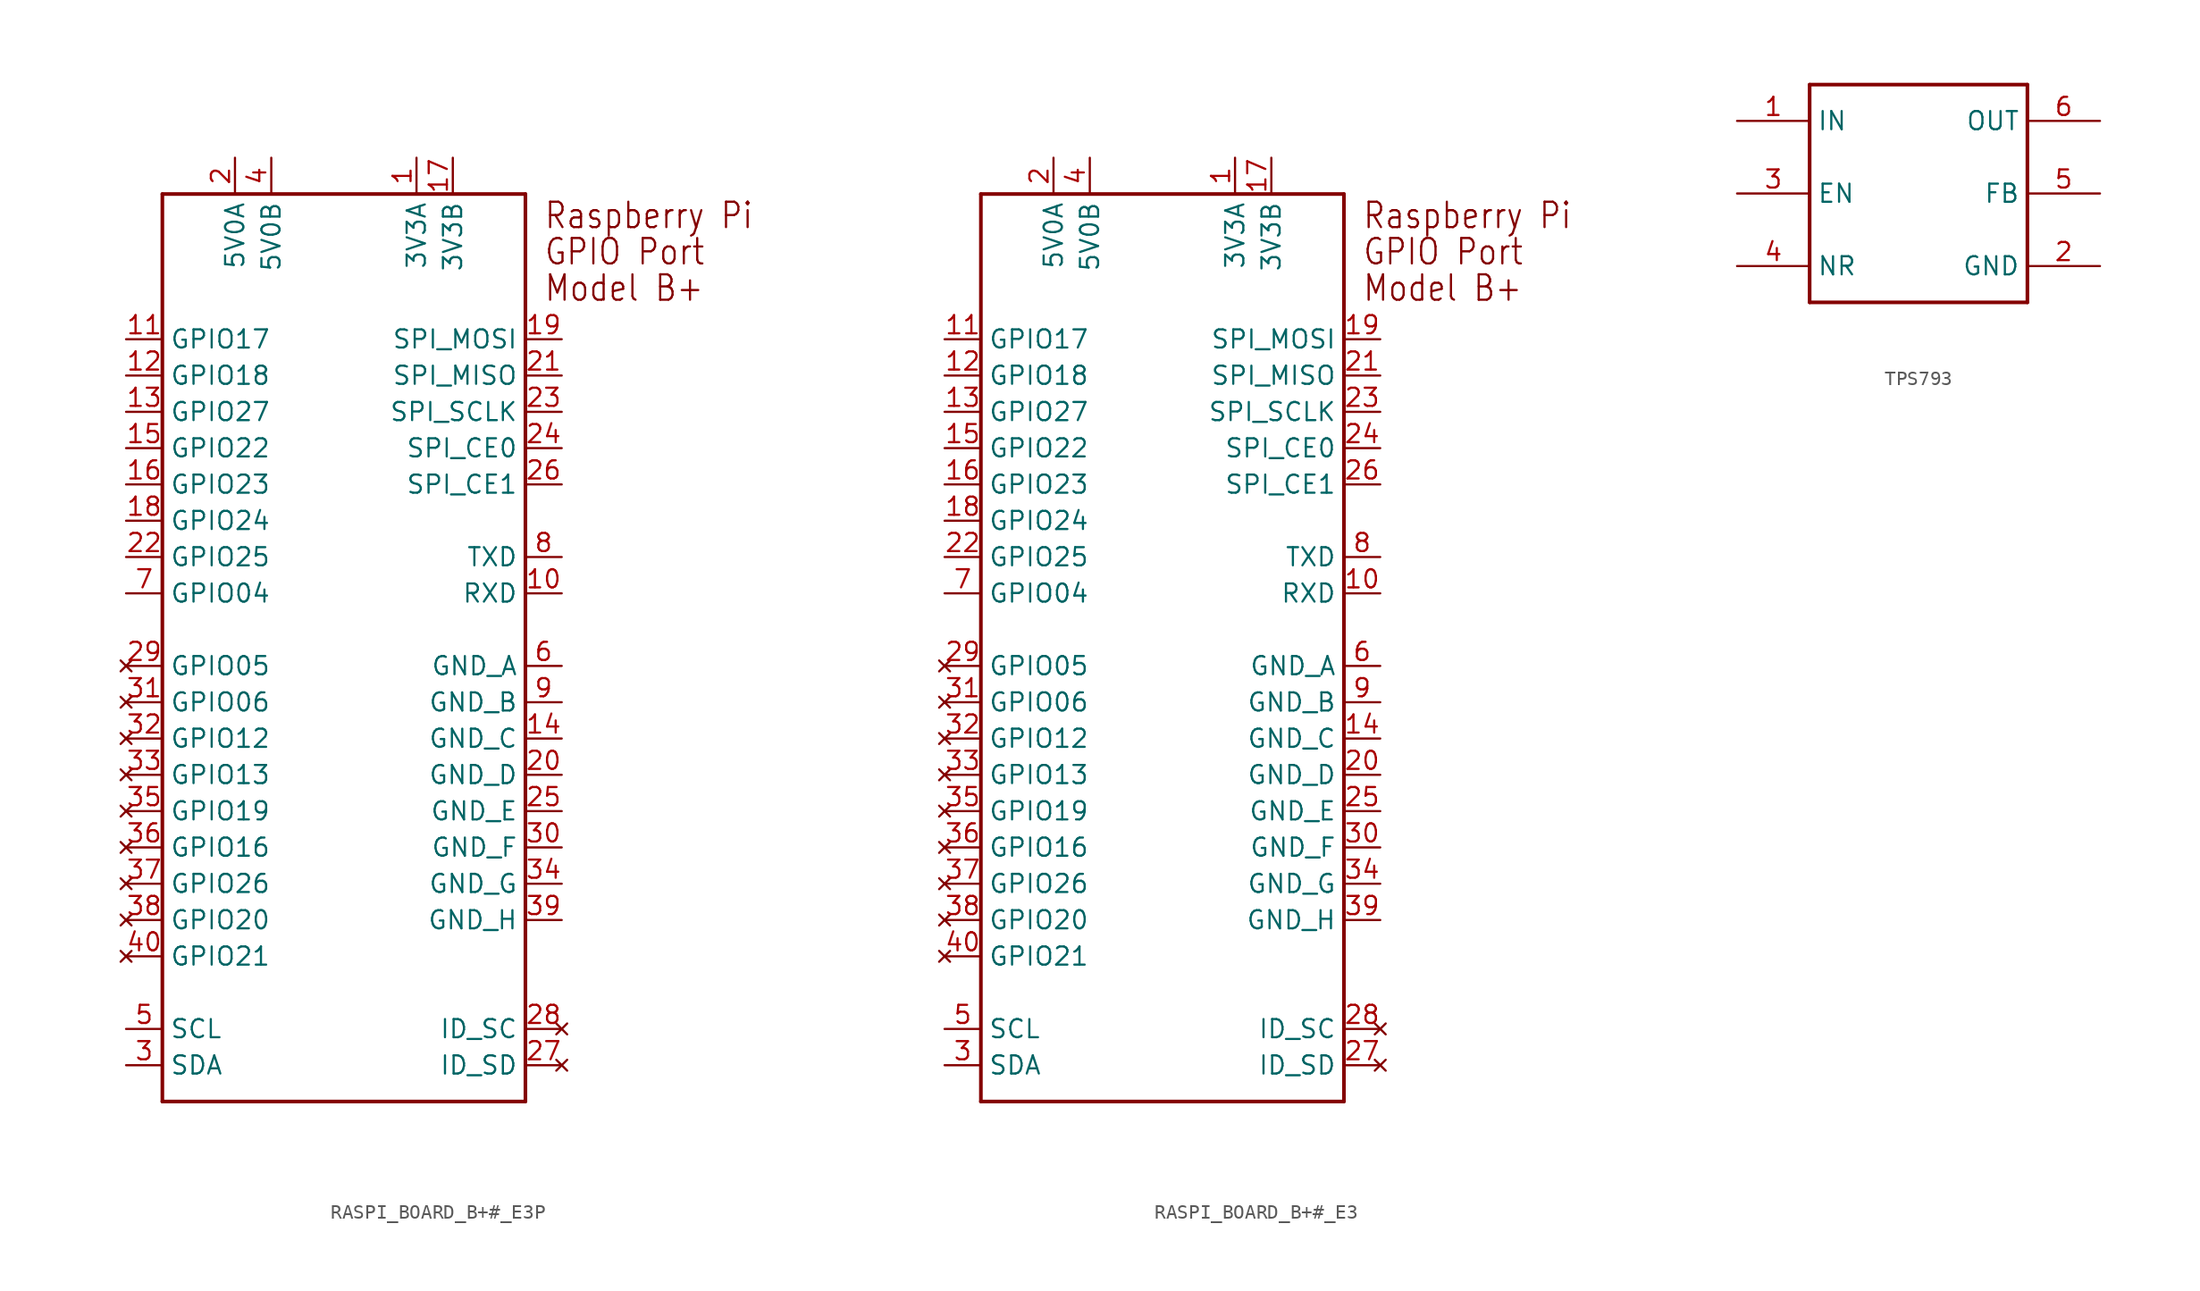
<source format=kicad_sym>
(kicad_symbol_lib
  (version 20231120)
  (generator "kicad_symbol_editor")
  (generator_version "8.0")
  (symbol "RASPI_BOARD_B+#_E3P"
    (property "Reference" "X"
      (at 0 0 0)
      (effects (font (size 1.27 1.27)) (hide yes)))
    (property "ki_locked" ""
      (at 0 0 0)
      (effects (font (size 1.27 1.27))))
    (symbol "RASPI_BOARD_B+#_E3P_1_0"
      (polyline (pts (xy -12.7 -38.1) (xy -12.7 25.4)) (stroke (width 0.254) (type solid)) (fill (type none)))
      (polyline (pts (xy -12.7 25.4) (xy 12.7 25.4)) (stroke (width 0.254) (type solid)) (fill (type none)))
      (polyline (pts (xy 12.7 -38.1) (xy -12.7 -38.1)) (stroke (width 0.254) (type solid)) (fill (type none)))
      (polyline (pts (xy 12.7 25.4) (xy 12.7 -38.1)) (stroke (width 0.254) (type solid)) (fill (type none)))
      (text "GPIO Port" (at 13.97 20.32 0) (effects (font (size 1.778 1.511)) (justify left bottom)))
      (text "Model B+" (at 13.97 17.78 0) (effects (font (size 1.778 1.511)) (justify left bottom)))
      (text "Raspberry Pi" (at 13.97 22.86 0) (effects (font (size 1.778 1.511)) (justify left bottom)))
      (pin power_in line (at 5.08 27.94 270) (length 2.54) (name "3V3A" (effects (font (size 1.27 1.27)))) (number "1" (effects (font (size 1.27 1.27)))))
      (pin bidirectional line (at 15.24 -2.54 180) (length 2.54) (name "RXD" (effects (font (size 1.27 1.27)))) (number "10" (effects (font (size 1.27 1.27)))))
      (pin bidirectional line (at -15.24 15.24 0) (length 2.54) (name "GPIO17" (effects (font (size 1.27 1.27)))) (number "11" (effects (font (size 1.27 1.27)))))
      (pin bidirectional line (at -15.24 12.7 0) (length 2.54) (name "GPIO18" (effects (font (size 1.27 1.27)))) (number "12" (effects (font (size 1.27 1.27)))))
      (pin bidirectional line (at -15.24 10.16 0) (length 2.54) (name "GPIO27" (effects (font (size 1.27 1.27)))) (number "13" (effects (font (size 1.27 1.27)))))
      (pin power_in line (at 15.24 -12.7 180) (length 2.54) (name "GND_C" (effects (font (size 1.27 1.27)))) (number "14" (effects (font (size 1.27 1.27)))))
      (pin bidirectional line (at -15.24 7.62 0) (length 2.54) (name "GPIO22" (effects (font (size 1.27 1.27)))) (number "15" (effects (font (size 1.27 1.27)))))
      (pin bidirectional line (at -15.24 5.08 0) (length 2.54) (name "GPIO23" (effects (font (size 1.27 1.27)))) (number "16" (effects (font (size 1.27 1.27)))))
      (pin power_in line (at 7.62 27.94 270) (length 2.54) (name "3V3B" (effects (font (size 1.27 1.27)))) (number "17" (effects (font (size 1.27 1.27)))))
      (pin bidirectional line (at -15.24 2.54 0) (length 2.54) (name "GPIO24" (effects (font (size 1.27 1.27)))) (number "18" (effects (font (size 1.27 1.27)))))
      (pin bidirectional line (at 15.24 15.24 180) (length 2.54) (name "SPI_MOSI" (effects (font (size 1.27 1.27)))) (number "19" (effects (font (size 1.27 1.27)))))
      (pin power_in line (at -7.62 27.94 270) (length 2.54) (name "5V0A" (effects (font (size 1.27 1.27)))) (number "2" (effects (font (size 1.27 1.27)))))
      (pin power_in line (at 15.24 -15.24 180) (length 2.54) (name "GND_D" (effects (font (size 1.27 1.27)))) (number "20" (effects (font (size 1.27 1.27)))))
      (pin bidirectional line (at 15.24 12.7 180) (length 2.54) (name "SPI_MISO" (effects (font (size 1.27 1.27)))) (number "21" (effects (font (size 1.27 1.27)))))
      (pin bidirectional line (at -15.24 0 0) (length 2.54) (name "GPIO25" (effects (font (size 1.27 1.27)))) (number "22" (effects (font (size 1.27 1.27)))))
      (pin bidirectional line (at 15.24 10.16 180) (length 2.54) (name "SPI_SCLK" (effects (font (size 1.27 1.27)))) (number "23" (effects (font (size 1.27 1.27)))))
      (pin bidirectional line (at 15.24 7.62 180) (length 2.54) (name "SPI_CE0" (effects (font (size 1.27 1.27)))) (number "24" (effects (font (size 1.27 1.27)))))
      (pin power_in line (at 15.24 -17.78 180) (length 2.54) (name "GND_E" (effects (font (size 1.27 1.27)))) (number "25" (effects (font (size 1.27 1.27)))))
      (pin bidirectional line (at 15.24 5.08 180) (length 2.54) (name "SPI_CE1" (effects (font (size 1.27 1.27)))) (number "26" (effects (font (size 1.27 1.27)))))
      (pin no_connect line (at 15.24 -35.56 180) (length 2.54) (name "ID_SD" (effects (font (size 1.27 1.27)))) (number "27" (effects (font (size 1.27 1.27)))))
      (pin no_connect line (at 15.24 -33.02 180) (length 2.54) (name "ID_SC" (effects (font (size 1.27 1.27)))) (number "28" (effects (font (size 1.27 1.27)))))
      (pin no_connect line (at -15.24 -7.62 0) (length 2.54) (name "GPIO05" (effects (font (size 1.27 1.27)))) (number "29" (effects (font (size 1.27 1.27)))))
      (pin bidirectional line (at -15.24 -35.56 0) (length 2.54) (name "SDA" (effects (font (size 1.27 1.27)))) (number "3" (effects (font (size 1.27 1.27)))))
      (pin power_in line (at 15.24 -20.32 180) (length 2.54) (name "GND_F" (effects (font (size 1.27 1.27)))) (number "30" (effects (font (size 1.27 1.27)))))
      (pin no_connect line (at -15.24 -10.16 0) (length 2.54) (name "GPIO06" (effects (font (size 1.27 1.27)))) (number "31" (effects (font (size 1.27 1.27)))))
      (pin no_connect line (at -15.24 -12.7 0) (length 2.54) (name "GPIO12" (effects (font (size 1.27 1.27)))) (number "32" (effects (font (size 1.27 1.27)))))
      (pin no_connect line (at -15.24 -15.24 0) (length 2.54) (name "GPIO13" (effects (font (size 1.27 1.27)))) (number "33" (effects (font (size 1.27 1.27)))))
      (pin power_in line (at 15.24 -22.86 180) (length 2.54) (name "GND_G" (effects (font (size 1.27 1.27)))) (number "34" (effects (font (size 1.27 1.27)))))
      (pin no_connect line (at -15.24 -17.78 0) (length 2.54) (name "GPIO19" (effects (font (size 1.27 1.27)))) (number "35" (effects (font (size 1.27 1.27)))))
      (pin no_connect line (at -15.24 -20.32 0) (length 2.54) (name "GPIO16" (effects (font (size 1.27 1.27)))) (number "36" (effects (font (size 1.27 1.27)))))
      (pin no_connect line (at -15.24 -22.86 0) (length 2.54) (name "GPIO26" (effects (font (size 1.27 1.27)))) (number "37" (effects (font (size 1.27 1.27)))))
      (pin no_connect line (at -15.24 -25.4 0) (length 2.54) (name "GPIO20" (effects (font (size 1.27 1.27)))) (number "38" (effects (font (size 1.27 1.27)))))
      (pin power_in line (at 15.24 -25.4 180) (length 2.54) (name "GND_H" (effects (font (size 1.27 1.27)))) (number "39" (effects (font (size 1.27 1.27)))))
      (pin power_in line (at -5.08 27.94 270) (length 2.54) (name "5V0B" (effects (font (size 1.27 1.27)))) (number "4" (effects (font (size 1.27 1.27)))))
      (pin no_connect line (at -15.24 -27.94 0) (length 2.54) (name "GPIO21" (effects (font (size 1.27 1.27)))) (number "40" (effects (font (size 1.27 1.27)))))
      (pin bidirectional line (at -15.24 -33.02 0) (length 2.54) (name "SCL" (effects (font (size 1.27 1.27)))) (number "5" (effects (font (size 1.27 1.27)))))
      (pin power_in line (at 15.24 -7.62 180) (length 2.54) (name "GND_A" (effects (font (size 1.27 1.27)))) (number "6" (effects (font (size 1.27 1.27)))))
      (pin bidirectional line (at -15.24 -2.54 0) (length 2.54) (name "GPIO04" (effects (font (size 1.27 1.27)))) (number "7" (effects (font (size 1.27 1.27)))))
      (pin bidirectional line (at 15.24 0 180) (length 2.54) (name "TXD" (effects (font (size 1.27 1.27)))) (number "8" (effects (font (size 1.27 1.27)))))
      (pin power_in line (at 15.24 -10.16 180) (length 2.54) (name "GND_B" (effects (font (size 1.27 1.27)))) (number "9" (effects (font (size 1.27 1.27)))))))
  (symbol "RASPI_BOARD_B+#_E3"
    (property "Reference" "X"
      (at 0 0 0)
      (effects (font (size 1.27 1.27)) (hide yes)))
    (property "ki_locked" ""
      (at 0 0 0)
      (effects (font (size 1.27 1.27))))
    (symbol "RASPI_BOARD_B+#_E3_1_0"
      (polyline (pts (xy -12.7 -38.1) (xy -12.7 25.4)) (stroke (width 0.254) (type solid)) (fill (type none)))
      (polyline (pts (xy -12.7 25.4) (xy 12.7 25.4)) (stroke (width 0.254) (type solid)) (fill (type none)))
      (polyline (pts (xy 12.7 -38.1) (xy -12.7 -38.1)) (stroke (width 0.254) (type solid)) (fill (type none)))
      (polyline (pts (xy 12.7 25.4) (xy 12.7 -38.1)) (stroke (width 0.254) (type solid)) (fill (type none)))
      (text "GPIO Port" (at 13.97 20.32 0) (effects (font (size 1.778 1.511)) (justify left bottom)))
      (text "Model B+" (at 13.97 17.78 0) (effects (font (size 1.778 1.511)) (justify left bottom)))
      (text "Raspberry Pi" (at 13.97 22.86 0) (effects (font (size 1.778 1.511)) (justify left bottom)))
      (pin power_in line (at 5.08 27.94 270) (length 2.54) (name "3V3A" (effects (font (size 1.27 1.27)))) (number "1" (effects (font (size 1.27 1.27)))))
      (pin bidirectional line (at 15.24 -2.54 180) (length 2.54) (name "RXD" (effects (font (size 1.27 1.27)))) (number "10" (effects (font (size 1.27 1.27)))))
      (pin bidirectional line (at -15.24 15.24 0) (length 2.54) (name "GPIO17" (effects (font (size 1.27 1.27)))) (number "11" (effects (font (size 1.27 1.27)))))
      (pin bidirectional line (at -15.24 12.7 0) (length 2.54) (name "GPIO18" (effects (font (size 1.27 1.27)))) (number "12" (effects (font (size 1.27 1.27)))))
      (pin bidirectional line (at -15.24 10.16 0) (length 2.54) (name "GPIO27" (effects (font (size 1.27 1.27)))) (number "13" (effects (font (size 1.27 1.27)))))
      (pin power_in line (at 15.24 -12.7 180) (length 2.54) (name "GND_C" (effects (font (size 1.27 1.27)))) (number "14" (effects (font (size 1.27 1.27)))))
      (pin bidirectional line (at -15.24 7.62 0) (length 2.54) (name "GPIO22" (effects (font (size 1.27 1.27)))) (number "15" (effects (font (size 1.27 1.27)))))
      (pin bidirectional line (at -15.24 5.08 0) (length 2.54) (name "GPIO23" (effects (font (size 1.27 1.27)))) (number "16" (effects (font (size 1.27 1.27)))))
      (pin power_in line (at 7.62 27.94 270) (length 2.54) (name "3V3B" (effects (font (size 1.27 1.27)))) (number "17" (effects (font (size 1.27 1.27)))))
      (pin bidirectional line (at -15.24 2.54 0) (length 2.54) (name "GPIO24" (effects (font (size 1.27 1.27)))) (number "18" (effects (font (size 1.27 1.27)))))
      (pin bidirectional line (at 15.24 15.24 180) (length 2.54) (name "SPI_MOSI" (effects (font (size 1.27 1.27)))) (number "19" (effects (font (size 1.27 1.27)))))
      (pin power_in line (at -7.62 27.94 270) (length 2.54) (name "5V0A" (effects (font (size 1.27 1.27)))) (number "2" (effects (font (size 1.27 1.27)))))
      (pin power_in line (at 15.24 -15.24 180) (length 2.54) (name "GND_D" (effects (font (size 1.27 1.27)))) (number "20" (effects (font (size 1.27 1.27)))))
      (pin bidirectional line (at 15.24 12.7 180) (length 2.54) (name "SPI_MISO" (effects (font (size 1.27 1.27)))) (number "21" (effects (font (size 1.27 1.27)))))
      (pin bidirectional line (at -15.24 0 0) (length 2.54) (name "GPIO25" (effects (font (size 1.27 1.27)))) (number "22" (effects (font (size 1.27 1.27)))))
      (pin bidirectional line (at 15.24 10.16 180) (length 2.54) (name "SPI_SCLK" (effects (font (size 1.27 1.27)))) (number "23" (effects (font (size 1.27 1.27)))))
      (pin bidirectional line (at 15.24 7.62 180) (length 2.54) (name "SPI_CE0" (effects (font (size 1.27 1.27)))) (number "24" (effects (font (size 1.27 1.27)))))
      (pin power_in line (at 15.24 -17.78 180) (length 2.54) (name "GND_E" (effects (font (size 1.27 1.27)))) (number "25" (effects (font (size 1.27 1.27)))))
      (pin bidirectional line (at 15.24 5.08 180) (length 2.54) (name "SPI_CE1" (effects (font (size 1.27 1.27)))) (number "26" (effects (font (size 1.27 1.27)))))
      (pin no_connect line (at 15.24 -35.56 180) (length 2.54) (name "ID_SD" (effects (font (size 1.27 1.27)))) (number "27" (effects (font (size 1.27 1.27)))))
      (pin no_connect line (at 15.24 -33.02 180) (length 2.54) (name "ID_SC" (effects (font (size 1.27 1.27)))) (number "28" (effects (font (size 1.27 1.27)))))
      (pin no_connect line (at -15.24 -7.62 0) (length 2.54) (name "GPIO05" (effects (font (size 1.27 1.27)))) (number "29" (effects (font (size 1.27 1.27)))))
      (pin bidirectional line (at -15.24 -35.56 0) (length 2.54) (name "SDA" (effects (font (size 1.27 1.27)))) (number "3" (effects (font (size 1.27 1.27)))))
      (pin power_in line (at 15.24 -20.32 180) (length 2.54) (name "GND_F" (effects (font (size 1.27 1.27)))) (number "30" (effects (font (size 1.27 1.27)))))
      (pin no_connect line (at -15.24 -10.16 0) (length 2.54) (name "GPIO06" (effects (font (size 1.27 1.27)))) (number "31" (effects (font (size 1.27 1.27)))))
      (pin no_connect line (at -15.24 -12.7 0) (length 2.54) (name "GPIO12" (effects (font (size 1.27 1.27)))) (number "32" (effects (font (size 1.27 1.27)))))
      (pin no_connect line (at -15.24 -15.24 0) (length 2.54) (name "GPIO13" (effects (font (size 1.27 1.27)))) (number "33" (effects (font (size 1.27 1.27)))))
      (pin power_in line (at 15.24 -22.86 180) (length 2.54) (name "GND_G" (effects (font (size 1.27 1.27)))) (number "34" (effects (font (size 1.27 1.27)))))
      (pin no_connect line (at -15.24 -17.78 0) (length 2.54) (name "GPIO19" (effects (font (size 1.27 1.27)))) (number "35" (effects (font (size 1.27 1.27)))))
      (pin no_connect line (at -15.24 -20.32 0) (length 2.54) (name "GPIO16" (effects (font (size 1.27 1.27)))) (number "36" (effects (font (size 1.27 1.27)))))
      (pin no_connect line (at -15.24 -22.86 0) (length 2.54) (name "GPIO26" (effects (font (size 1.27 1.27)))) (number "37" (effects (font (size 1.27 1.27)))))
      (pin no_connect line (at -15.24 -25.4 0) (length 2.54) (name "GPIO20" (effects (font (size 1.27 1.27)))) (number "38" (effects (font (size 1.27 1.27)))))
      (pin power_in line (at 15.24 -25.4 180) (length 2.54) (name "GND_H" (effects (font (size 1.27 1.27)))) (number "39" (effects (font (size 1.27 1.27)))))
      (pin power_in line (at -5.08 27.94 270) (length 2.54) (name "5V0B" (effects (font (size 1.27 1.27)))) (number "4" (effects (font (size 1.27 1.27)))))
      (pin no_connect line (at -15.24 -27.94 0) (length 2.54) (name "GPIO21" (effects (font (size 1.27 1.27)))) (number "40" (effects (font (size 1.27 1.27)))))
      (pin bidirectional line (at -15.24 -33.02 0) (length 2.54) (name "SCL" (effects (font (size 1.27 1.27)))) (number "5" (effects (font (size 1.27 1.27)))))
      (pin power_in line (at 15.24 -7.62 180) (length 2.54) (name "GND_A" (effects (font (size 1.27 1.27)))) (number "6" (effects (font (size 1.27 1.27)))))
      (pin bidirectional line (at -15.24 -2.54 0) (length 2.54) (name "GPIO04" (effects (font (size 1.27 1.27)))) (number "7" (effects (font (size 1.27 1.27)))))
      (pin bidirectional line (at 15.24 0 180) (length 2.54) (name "TXD" (effects (font (size 1.27 1.27)))) (number "8" (effects (font (size 1.27 1.27)))))
      (pin power_in line (at 15.24 -10.16 180) (length 2.54) (name "GND_B" (effects (font (size 1.27 1.27)))) (number "9" (effects (font (size 1.27 1.27)))))))
  (symbol "TPS793"
    (property "Reference" ""
      (at -7.62 -10.16 0)
      (effects (font (size 1.27 1.079)) (justify left bottom) (hide yes)))
    (property "Value" ""
      (at 2.54 -10.16 0)
      (effects (font (size 1.27 1.079)) (justify left bottom)))
    (property "ki_locked" ""
      (at 0 0 0)
      (effects (font (size 1.27 1.27))))
    (symbol "TPS793_1_0"
      (polyline (pts (xy -7.62 -7.62) (xy 7.62 -7.62)) (stroke (width 0.254) (type solid)) (fill (type none)))
      (polyline (pts (xy -7.62 7.62) (xy -7.62 -7.62)) (stroke (width 0.254) (type solid)) (fill (type none)))
      (polyline (pts (xy 7.62 -7.62) (xy 7.62 7.62)) (stroke (width 0.254) (type solid)) (fill (type none)))
      (polyline (pts (xy 7.62 7.62) (xy -7.62 7.62)) (stroke (width 0.254) (type solid)) (fill (type none)))
      (pin bidirectional line (at -12.7 5.08 0) (length 5.08) (name "IN" (effects (font (size 1.27 1.27)))) (number "1" (effects (font (size 1.27 1.27)))))
      (pin bidirectional line (at 12.7 -5.08 180) (length 5.08) (name "GND" (effects (font (size 1.27 1.27)))) (number "2" (effects (font (size 1.27 1.27)))))
      (pin bidirectional line (at -12.7 0 0) (length 5.08) (name "EN" (effects (font (size 1.27 1.27)))) (number "3" (effects (font (size 1.27 1.27)))))
      (pin bidirectional line (at -12.7 -5.08 0) (length 5.08) (name "NR" (effects (font (size 1.27 1.27)))) (number "4" (effects (font (size 1.27 1.27)))))
      (pin bidirectional line (at 12.7 0 180) (length 5.08) (name "FB" (effects (font (size 1.27 1.27)))) (number "5" (effects (font (size 1.27 1.27)))))
      (pin bidirectional line (at 12.7 5.08 180) (length 5.08) (name "OUT" (effects (font (size 1.27 1.27)))) (number "6" (effects (font (size 1.27 1.27))))))))
</source>
